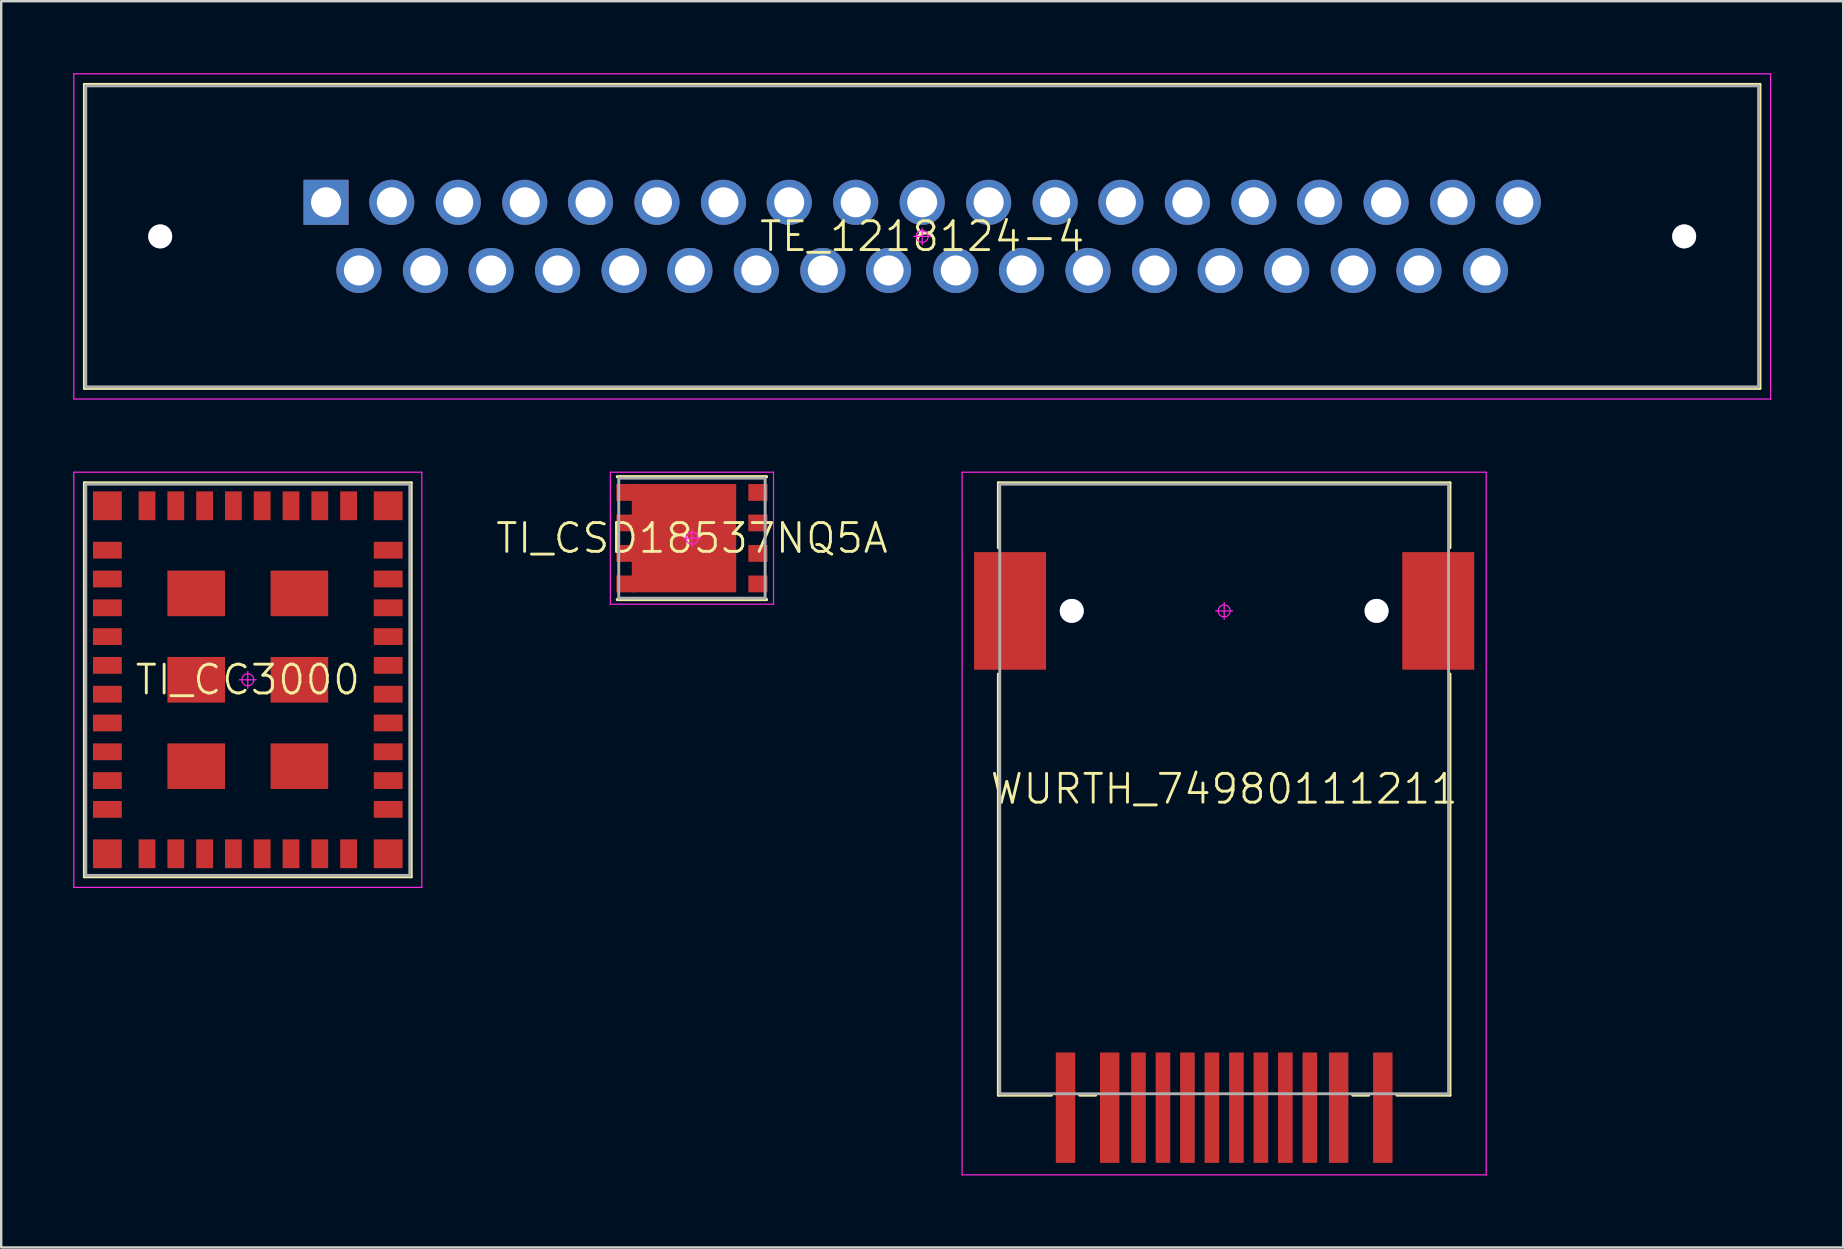
<source format=kicad_pcb>
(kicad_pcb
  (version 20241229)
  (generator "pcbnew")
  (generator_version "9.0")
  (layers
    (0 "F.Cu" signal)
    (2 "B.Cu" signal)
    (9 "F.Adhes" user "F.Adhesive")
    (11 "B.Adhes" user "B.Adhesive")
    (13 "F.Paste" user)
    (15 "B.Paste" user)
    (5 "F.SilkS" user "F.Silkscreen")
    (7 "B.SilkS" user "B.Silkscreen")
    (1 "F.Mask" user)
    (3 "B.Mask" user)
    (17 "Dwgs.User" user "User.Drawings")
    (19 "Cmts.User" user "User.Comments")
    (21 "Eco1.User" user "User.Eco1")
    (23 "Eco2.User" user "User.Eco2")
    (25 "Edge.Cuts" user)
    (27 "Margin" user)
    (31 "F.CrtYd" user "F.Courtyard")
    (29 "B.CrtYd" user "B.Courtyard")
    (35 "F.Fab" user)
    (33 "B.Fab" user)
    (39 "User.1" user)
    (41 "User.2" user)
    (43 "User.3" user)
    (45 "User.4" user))
  (footprint "WURTH_74980111211"
    (layer "F.Cu")
    (at 47.958 22.405)
    (property "Reference" "WURTH_74980111211" (at 0 7.42 0) (layer "F.SilkS") (effects (font (size 1.2 1.2) (thickness 0.12))))
    (attr through_hole)
    (fp_line (start -9.41 -5.34) (end 9.41 -5.34) (stroke (width 0.12) (type solid)) (layer "F.SilkS"))
    (fp_line (start -9.41 -2.63) (end -9.41 -5.34) (stroke (width 0.12) (type solid)) (layer "F.SilkS"))
    (fp_line (start -9.41 20.18) (end -9.41 2.63) (stroke (width 0.12) (type solid)) (layer "F.SilkS"))
    (fp_line (start -7.195 20.18) (end -9.41 20.18) (stroke (width 0.12) (type solid)) (layer "F.SilkS"))
    (fp_line (start -6.025 20.18) (end -5.355 20.18) (stroke (width 0.12) (type solid)) (layer "F.SilkS"))
    (fp_line (start 5.355 20.18) (end 6.025 20.18) (stroke (width 0.12) (type solid)) (layer "F.SilkS"))
    (fp_line (start 9.41 -5.34) (end 9.41 -2.63) (stroke (width 0.12) (type solid)) (layer "F.SilkS"))
    (fp_line (start 9.41 2.63) (end 9.41 20.18) (stroke (width 0.12) (type solid)) (layer "F.SilkS"))
    (fp_line (start 9.41 20.18) (end 7.195 20.18) (stroke (width 0.12) (type solid)) (layer "F.SilkS"))
    (fp_line (start -10.92 -5.78) (end 10.92 -5.78) (stroke (width 0.05) (type solid)) (layer "F.CrtYd"))
    (fp_line (start -10.92 23.5) (end -10.92 -5.78) (stroke (width 0.05) (type solid)) (layer "F.CrtYd"))
    (fp_line (start 0 -0.35) (end 0 0.35) (stroke (width 0.05) (type solid)) (layer "F.CrtYd"))
    (fp_line (start 0.35 0) (end -0.35 0) (stroke (width 0.05) (type solid)) (layer "F.CrtYd"))
    (fp_line (start 10.92 -5.78) (end 10.92 23.5) (stroke (width 0.05) (type solid)) (layer "F.CrtYd"))
    (fp_line (start 10.92 23.5) (end -10.92 23.5) (stroke (width 0.05) (type solid)) (layer "F.CrtYd"))
    (fp_circle (center 0 0) (end 0 0.25) (stroke (width 0.05) (type solid)) (fill no) (layer "F.CrtYd"))
    (fp_line (start -9.35 -5.28) (end 9.35 -5.28) (stroke (width 0.12) (type solid)) (layer "F.Fab"))
    (fp_line (start -9.35 20.12) (end -9.35 -5.28) (stroke (width 0.12) (type solid)) (layer "F.Fab"))
    (fp_line (start 9.35 -5.28) (end 9.35 20.12) (stroke (width 0.12) (type solid)) (layer "F.Fab"))
    (fp_line (start 9.35 20.12) (end -9.35 20.12) (stroke (width 0.12) (type solid)) (layer "F.Fab"))
    (pad "1" smd rect (at -6.61 20.7) (size 0.81 4.6) (layers "F.Cu" "F.Mask" "F.Paste"))
    (pad "2" smd rect (at -4.77 20.7) (size 0.81 4.6) (layers "F.Cu" "F.Mask" "F.Paste"))
    (pad "3" smd rect (at -3.57 20.7) (size 0.61 4.6) (layers "F.Cu" "F.Mask" "F.Paste"))
    (pad "4" smd rect (at -2.55 20.7) (size 0.61 4.6) (layers "F.Cu" "F.Mask" "F.Paste"))
    (pad "5" smd rect (at -1.53 20.7) (size 0.61 4.6) (layers "F.Cu" "F.Mask" "F.Paste"))
    (pad "6" smd rect (at -0.51 20.7) (size 0.61 4.6) (layers "F.Cu" "F.Mask" "F.Paste"))
    (pad "7" smd rect (at 0.51 20.7) (size 0.61 4.6) (layers "F.Cu" "F.Mask" "F.Paste"))
    (pad "8" smd rect (at 1.53 20.7) (size 0.61 4.6) (layers "F.Cu" "F.Mask" "F.Paste"))
    (pad "9" smd rect (at 2.55 20.7) (size 0.61 4.6) (layers "F.Cu" "F.Mask" "F.Paste"))
    (pad "10" smd rect (at 3.57 20.7) (size 0.61 4.6) (layers "F.Cu" "F.Mask" "F.Paste"))
    (pad "11" smd rect (at 4.77 20.7) (size 0.81 4.6) (layers "F.Cu" "F.Mask" "F.Paste"))
    (pad "12" smd rect (at 6.61 20.7) (size 0.81 4.6) (layers "F.Cu" "F.Mask" "F.Paste"))
    (pad "M1" smd rect (at -8.92 0) (size 3 4.9) (layers "F.Cu" "F.Mask" "F.Paste"))
    (pad "M2" smd rect (at 8.92 0) (size 3 4.9) (layers "F.Cu" "F.Mask" "F.Paste"))
    (pad "M3" thru_hole circle (at -6.35 0) (size 1 1) (drill 2.8) (layers "*.Cu" "*.Mask"))
    (pad "M4" thru_hole circle (at 6.35 0) (size 1 1) (drill 2.8) (layers "*.Cu" "*.Mask")))
  (footprint "TI_CSD18537NQ5A"
    (layer "F.Cu")
    (at 25.781 19.375)
    (property "Reference" "TI_CSD18537NQ5A" (at 0 0 0) (layer "F.SilkS") (effects (font (size 1.2 1.2) (thickness 0.12))))
    (attr smd)
    (fp_line (start -3.11 -2.56) (end 3.11 -2.56) (stroke (width 0.12) (type solid)) (layer "F.SilkS"))
    (fp_line (start -3.11 -2.56) (end 3.11 -2.56) (stroke (width 0.12) (type solid)) (layer "F.SilkS"))
    (fp_line (start 3.11 2.56) (end -3.11 2.56) (stroke (width 0.12) (type solid)) (layer "F.SilkS"))
    (fp_line (start 3.11 2.56) (end -3.11 2.56) (stroke (width 0.12) (type solid)) (layer "F.SilkS"))
    (fp_line (start -3.4 -2.75) (end 3.4 -2.75) (stroke (width 0.05) (type solid)) (layer "F.CrtYd"))
    (fp_line (start -3.4 2.75) (end -3.4 -2.75) (stroke (width 0.05) (type solid)) (layer "F.CrtYd"))
    (fp_line (start 0 -0.35) (end 0 0.35) (stroke (width 0.05) (type solid)) (layer "F.CrtYd"))
    (fp_line (start 0.35 0) (end -0.35 0) (stroke (width 0.05) (type solid)) (layer "F.CrtYd"))
    (fp_line (start 3.4 -2.75) (end 3.4 2.75) (stroke (width 0.05) (type solid)) (layer "F.CrtYd"))
    (fp_line (start 3.4 2.75) (end -3.4 2.75) (stroke (width 0.05) (type solid)) (layer "F.CrtYd"))
    (fp_circle (center 0 0) (end 0 0.25) (stroke (width 0.05) (type solid)) (fill no) (layer "F.CrtYd"))
    (fp_line (start -3.05 -2.5) (end 3.05 -2.5) (stroke (width 0.12) (type solid)) (layer "F.Fab"))
    (fp_line (start -3.05 2.5) (end -3.05 -2.5) (stroke (width 0.12) (type solid)) (layer "F.Fab"))
    (fp_line (start 3.05 -2.5) (end 3.05 2.5) (stroke (width 0.12) (type solid)) (layer "F.Fab"))
    (fp_line (start 3.05 2.5) (end -3.05 2.5) (stroke (width 0.12) (type solid)) (layer "F.Fab"))
    (pad "1" smd rect (at 2.75 1.905) (size 0.8 0.7) (layers "F.Cu" "F.Mask" "F.Paste"))
    (pad "2" smd rect (at 2.75 0.635) (size 0.8 0.7) (layers "F.Cu" "F.Mask" "F.Paste"))
    (pad "3" smd rect (at 2.75 -0.635) (size 0.8 0.7) (layers "F.Cu" "F.Mask" "F.Paste"))
    (pad "4" smd rect (at 2.75 -1.905) (size 0.8 0.7) (layers "F.Cu" "F.Mask" "F.Paste"))
    (pad "5" smd rect (at -2.75 -1.905) (size 0.8 0.7) (layers "F.Cu" "F.Mask" "F.Paste"))
    (pad "6" smd rect (at -2.75 -0.635) (size 0.8 0.7) (layers "F.Cu" "F.Mask" "F.Paste"))
    (pad "7" smd rect (at -2.75 0.635) (size 0.8 0.7) (layers "F.Cu" "F.Mask" "F.Paste"))
    (pad "8" smd rect (at -2.75 1.905) (size 0.8 0.7) (layers "F.Cu" "F.Mask" "F.Paste"))
    (pad "9" smd rect (at -0.33 0) (size 4.35 4.51) (layers "F.Cu" "F.Mask")))
  (footprint "TI_CC3000"
    (layer "F.Cu")
    (at 7.275 25.275)
    (property "Reference" "TI_CC3000" (at 0 0 0) (layer "F.SilkS") (effects (font (size 1.2 1.2) (thickness 0.12))))
    (attr smd)
    (fp_line (start -6.81 -8.21) (end 6.81 -8.21) (stroke (width 0.12) (type solid)) (layer "F.SilkS"))
    (fp_line (start -6.81 8.21) (end -6.81 -8.21) (stroke (width 0.12) (type solid)) (layer "F.SilkS"))
    (fp_line (start 6.81 -8.21) (end 6.81 8.21) (stroke (width 0.12) (type solid)) (layer "F.SilkS"))
    (fp_line (start 6.81 8.21) (end -6.81 8.21) (stroke (width 0.12) (type solid)) (layer "F.SilkS"))
    (fp_line (start -7.25 -8.65) (end 7.25 -8.65) (stroke (width 0.05) (type solid)) (layer "F.CrtYd"))
    (fp_line (start -7.25 8.65) (end -7.25 -8.65) (stroke (width 0.05) (type solid)) (layer "F.CrtYd"))
    (fp_line (start 0 -0.35) (end 0 0.35) (stroke (width 0.05) (type solid)) (layer "F.CrtYd"))
    (fp_line (start 0.35 0) (end -0.35 0) (stroke (width 0.05) (type solid)) (layer "F.CrtYd"))
    (fp_line (start 7.25 -8.65) (end 7.25 8.65) (stroke (width 0.05) (type solid)) (layer "F.CrtYd"))
    (fp_line (start 7.25 8.65) (end -7.25 8.65) (stroke (width 0.05) (type solid)) (layer "F.CrtYd"))
    (fp_circle (center 0 0) (end 0 0.25) (stroke (width 0.05) (type solid)) (fill no) (layer "F.CrtYd"))
    (fp_line (start -6.75 -8.15) (end 6.75 -8.15) (stroke (width 0.12) (type solid)) (layer "F.Fab"))
    (fp_line (start -6.75 8.15) (end -6.75 -8.15) (stroke (width 0.12) (type solid)) (layer "F.Fab"))
    (fp_line (start 6.75 -8.15) (end 6.75 8.15) (stroke (width 0.12) (type solid)) (layer "F.Fab"))
    (fp_line (start 6.75 8.15) (end -6.75 8.15) (stroke (width 0.12) (type solid)) (layer "F.Fab"))
    (pad "1" smd rect (at -5.85 -5.4) (size 1.2 0.7) (layers "F.Cu" "F.Mask" "F.Paste"))
    (pad "2" smd rect (at -5.85 -4.2) (size 1.2 0.7) (layers "F.Cu" "F.Mask" "F.Paste"))
    (pad "3" smd rect (at -5.85 -3) (size 1.2 0.7) (layers "F.Cu" "F.Mask" "F.Paste"))
    (pad "4" smd rect (at -5.85 -1.8) (size 1.2 0.7) (layers "F.Cu" "F.Mask" "F.Paste"))
    (pad "5" smd rect (at -5.85 -0.6) (size 1.2 0.7) (layers "F.Cu" "F.Mask" "F.Paste"))
    (pad "6" smd rect (at -5.85 0.6) (size 1.2 0.7) (layers "F.Cu" "F.Mask" "F.Paste"))
    (pad "7" smd rect (at -5.85 1.8) (size 1.2 0.7) (layers "F.Cu" "F.Mask" "F.Paste"))
    (pad "8" smd rect (at -5.85 3) (size 1.2 0.7) (layers "F.Cu" "F.Mask" "F.Paste"))
    (pad "9" smd rect (at -5.85 4.2) (size 1.2 0.7) (layers "F.Cu" "F.Mask" "F.Paste"))
    (pad "10" smd rect (at -5.85 5.4) (size 1.2 0.7) (layers "F.Cu" "F.Mask" "F.Paste"))
    (pad "11" smd rect (at -4.2 7.25 90) (size 1.2 0.7) (layers "F.Cu" "F.Mask" "F.Paste"))
    (pad "12" smd rect (at -3 7.25 90) (size 1.2 0.7) (layers "F.Cu" "F.Mask" "F.Paste"))
    (pad "13" smd rect (at -1.8 7.25 90) (size 1.2 0.7) (layers "F.Cu" "F.Mask" "F.Paste"))
    (pad "14" smd rect (at -0.6 7.25 90) (size 1.2 0.7) (layers "F.Cu" "F.Mask" "F.Paste"))
    (pad "15" smd rect (at 0.6 7.25 90) (size 1.2 0.7) (layers "F.Cu" "F.Mask" "F.Paste"))
    (pad "16" smd rect (at 1.8 7.25 90) (size 1.2 0.7) (layers "F.Cu" "F.Mask" "F.Paste"))
    (pad "17" smd rect (at 3 7.25 90) (size 1.2 0.7) (layers "F.Cu" "F.Mask" "F.Paste"))
    (pad "18" smd rect (at 4.2 7.25 90) (size 1.2 0.7) (layers "F.Cu" "F.Mask" "F.Paste"))
    (pad "19" smd rect (at 5.85 5.4) (size 1.2 0.7) (layers "F.Cu" "F.Mask" "F.Paste"))
    (pad "20" smd rect (at 5.85 4.2) (size 1.2 0.7) (layers "F.Cu" "F.Mask" "F.Paste"))
    (pad "21" smd rect (at 5.85 3) (size 1.2 0.7) (layers "F.Cu" "F.Mask" "F.Paste"))
    (pad "22" smd rect (at 5.85 1.8) (size 1.2 0.7) (layers "F.Cu" "F.Mask" "F.Paste"))
    (pad "23" smd rect (at 5.85 0.6) (size 1.2 0.7) (layers "F.Cu" "F.Mask" "F.Paste"))
    (pad "24" smd rect (at 5.85 -0.6) (size 1.2 0.7) (layers "F.Cu" "F.Mask" "F.Paste"))
    (pad "25" smd rect (at 5.85 -1.8) (size 1.2 0.7) (layers "F.Cu" "F.Mask" "F.Paste"))
    (pad "26" smd rect (at 5.85 -3) (size 1.2 0.7) (layers "F.Cu" "F.Mask" "F.Paste"))
    (pad "27" smd rect (at 5.85 -4.2) (size 1.2 0.7) (layers "F.Cu" "F.Mask" "F.Paste"))
    (pad "28" smd rect (at 5.85 -5.4) (size 1.2 0.7) (layers "F.Cu" "F.Mask" "F.Paste"))
    (pad "29" smd rect (at 4.2 -7.25 90) (size 1.2 0.7) (layers "F.Cu" "F.Mask" "F.Paste"))
    (pad "30" smd rect (at 3 -7.25 90) (size 1.2 0.7) (layers "F.Cu" "F.Mask" "F.Paste"))
    (pad "31" smd rect (at 1.8 -7.25 90) (size 1.2 0.7) (layers "F.Cu" "F.Mask" "F.Paste"))
    (pad "32" smd rect (at 0.6 -7.25 90) (size 1.2 0.7) (layers "F.Cu" "F.Mask" "F.Paste"))
    (pad "33" smd rect (at -0.6 -7.25 90) (size 1.2 0.7) (layers "F.Cu" "F.Mask" "F.Paste"))
    (pad "34" smd rect (at -1.8 -7.25 90) (size 1.2 0.7) (layers "F.Cu" "F.Mask" "F.Paste"))
    (pad "35" smd rect (at -3 -7.25 90) (size 1.2 0.7) (layers "F.Cu" "F.Mask" "F.Paste"))
    (pad "36" smd rect (at -4.2 -7.25 90) (size 1.2 0.7) (layers "F.Cu" "F.Mask" "F.Paste"))
    (pad "37" smd rect (at -2.15 -3.6) (size 2.4 1.9) (layers "F.Cu" "F.Mask"))
    (pad "38" smd rect (at -2.15 0) (size 2.4 1.9) (layers "F.Cu" "F.Mask"))
    (pad "39" smd rect (at -2.15 3.6) (size 2.4 1.9) (layers "F.Cu" "F.Mask"))
    (pad "40" smd rect (at 2.15 -3.6) (size 2.4 1.9) (layers "F.Cu" "F.Mask"))
    (pad "41" smd rect (at 2.15 0) (size 2.4 1.9) (layers "F.Cu" "F.Mask"))
    (pad "42" smd rect (at 2.15 3.6) (size 2.4 1.9) (layers "F.Cu" "F.Mask"))
    (pad "43" smd rect (at -5.85 -7.25) (size 1.2 1.2) (layers "F.Cu" "F.Mask" "F.Paste"))
    (pad "44" smd rect (at -5.85 7.25) (size 1.2 1.2) (layers "F.Cu" "F.Mask" "F.Paste"))
    (pad "45" smd rect (at 5.85 7.25) (size 1.2 1.2) (layers "F.Cu" "F.Mask" "F.Paste"))
    (pad "46" smd rect (at 5.85 -7.25) (size 1.2 1.2) (layers "F.Cu" "F.Mask" "F.Paste")))
  (footprint "TE_1218124-4"
    (layer "F.Cu")
    (at 35.375 6.8)
    (property "Reference" "TE_1218124-4" (at 0 0 0) (layer "F.SilkS") (effects (font (size 1.2 1.2) (thickness 0.12))))
    (attr through_hole)
    (fp_line (start -34.909 -6.334) (end 34.909 -6.334) (stroke (width 0.12) (type solid)) (layer "F.SilkS"))
    (fp_line (start -34.909 6.334) (end -34.909 -6.334) (stroke (width 0.12) (type solid)) (layer "F.SilkS"))
    (fp_line (start 34.909 -6.334) (end 34.909 6.334) (stroke (width 0.12) (type solid)) (layer "F.SilkS"))
    (fp_line (start 34.909 6.334) (end -34.909 6.334) (stroke (width 0.12) (type solid)) (layer "F.SilkS"))
    (fp_line (start -35.35 -6.775) (end 35.35 -6.775) (stroke (width 0.05) (type solid)) (layer "F.CrtYd"))
    (fp_line (start -35.35 6.775) (end -35.35 -6.775) (stroke (width 0.05) (type solid)) (layer "F.CrtYd"))
    (fp_line (start 0 -0.35) (end 0 0.35) (stroke (width 0.05) (type solid)) (layer "F.CrtYd"))
    (fp_line (start 0.35 0) (end -0.35 0) (stroke (width 0.05) (type solid)) (layer "F.CrtYd"))
    (fp_line (start 35.35 -6.775) (end 35.35 6.775) (stroke (width 0.05) (type solid)) (layer "F.CrtYd"))
    (fp_line (start 35.35 6.775) (end -35.35 6.775) (stroke (width 0.05) (type solid)) (layer "F.CrtYd"))
    (fp_circle (center 0 0) (end 0 0.25) (stroke (width 0.05) (type solid)) (fill no) (layer "F.CrtYd"))
    (fp_line (start -34.85 -6.27) (end 34.85 -6.27) (stroke (width 0.12) (type solid)) (layer "F.Fab"))
    (fp_line (start -34.85 6.27) (end -34.85 -6.27) (stroke (width 0.12) (type solid)) (layer "F.Fab"))
    (fp_line (start 34.85 -6.27) (end 34.85 6.27) (stroke (width 0.12) (type solid)) (layer "F.Fab"))
    (fp_line (start 34.85 6.27) (end -34.85 6.27) (stroke (width 0.12) (type solid)) (layer "F.Fab"))
    (pad "1" thru_hole rect (at -24.84 -1.42) (size 1.88 1.88) (drill 1.25) (layers "*.Cu" "*.Mask"))
    (pad "2" thru_hole circle (at -22.1 -1.42) (size 1.88 1.88) (drill 1.25) (layers "*.Cu" "*.Mask"))
    (pad "3" thru_hole circle (at -19.33 -1.42) (size 1.88 1.88) (drill 1.25) (layers "*.Cu" "*.Mask"))
    (pad "4" thru_hole circle (at -16.56 -1.42) (size 1.88 1.88) (drill 1.25) (layers "*.Cu" "*.Mask"))
    (pad "5" thru_hole circle (at -13.82 -1.42) (size 1.88 1.88) (drill 1.25) (layers "*.Cu" "*.Mask"))
    (pad "6" thru_hole circle (at -11.05 -1.42) (size 1.88 1.88) (drill 1.25) (layers "*.Cu" "*.Mask"))
    (pad "7" thru_hole circle (at -8.28 -1.42) (size 1.88 1.88) (drill 1.25) (layers "*.Cu" "*.Mask"))
    (pad "8" thru_hole circle (at -5.54 -1.42) (size 1.88 1.88) (drill 1.25) (layers "*.Cu" "*.Mask"))
    (pad "9" thru_hole circle (at -2.77 -1.42) (size 1.88 1.88) (drill 1.25) (layers "*.Cu" "*.Mask"))
    (pad "10" thru_hole circle (at 0 -1.42) (size 1.88 1.88) (drill 1.25) (layers "*.Cu" "*.Mask"))
    (pad "11" thru_hole circle (at 2.77 -1.42) (size 1.88 1.88) (drill 1.25) (layers "*.Cu" "*.Mask"))
    (pad "12" thru_hole circle (at 5.54 -1.42) (size 1.88 1.88) (drill 1.25) (layers "*.Cu" "*.Mask"))
    (pad "13" thru_hole circle (at 8.28 -1.42) (size 1.88 1.88) (drill 1.25) (layers "*.Cu" "*.Mask"))
    (pad "14" thru_hole circle (at 11.05 -1.42) (size 1.88 1.88) (drill 1.25) (layers "*.Cu" "*.Mask"))
    (pad "15" thru_hole circle (at 13.82 -1.42) (size 1.88 1.88) (drill 1.25) (layers "*.Cu" "*.Mask"))
    (pad "16" thru_hole circle (at 16.56 -1.42) (size 1.88 1.88) (drill 1.25) (layers "*.Cu" "*.Mask"))
    (pad "17" thru_hole circle (at 19.33 -1.42) (size 1.88 1.88) (drill 1.25) (layers "*.Cu" "*.Mask"))
    (pad "18" thru_hole circle (at 22.1 -1.42) (size 1.88 1.88) (drill 1.25) (layers "*.Cu" "*.Mask"))
    (pad "19" thru_hole circle (at 24.84 -1.42) (size 1.88 1.88) (drill 1.25) (layers "*.Cu" "*.Mask"))
    (pad "20" thru_hole circle (at -23.47 1.42) (size 1.88 1.88) (drill 1.25) (layers "*.Cu" "*.Mask"))
    (pad "21" thru_hole circle (at -20.7 1.42) (size 1.88 1.88) (drill 1.25) (layers "*.Cu" "*.Mask"))
    (pad "22" thru_hole circle (at -17.96 1.42) (size 1.88 1.88) (drill 1.25) (layers "*.Cu" "*.Mask"))
    (pad "23" thru_hole circle (at -15.19 1.42) (size 1.88 1.88) (drill 1.25) (layers "*.Cu" "*.Mask"))
    (pad "24" thru_hole circle (at -12.42 1.42) (size 1.88 1.88) (drill 1.25) (layers "*.Cu" "*.Mask"))
    (pad "25" thru_hole circle (at -9.68 1.42) (size 1.88 1.88) (drill 1.25) (layers "*.Cu" "*.Mask"))
    (pad "26" thru_hole circle (at -6.91 1.42) (size 1.88 1.88) (drill 1.25) (layers "*.Cu" "*.Mask"))
    (pad "27" thru_hole circle (at -4.14 1.42) (size 1.88 1.88) (drill 1.25) (layers "*.Cu" "*.Mask"))
    (pad "28" thru_hole circle (at -1.4 1.42) (size 1.88 1.88) (drill 1.25) (layers "*.Cu" "*.Mask"))
    (pad "29" thru_hole circle (at 1.4 1.42) (size 1.88 1.88) (drill 1.25) (layers "*.Cu" "*.Mask"))
    (pad "30" thru_hole circle (at 4.14 1.42) (size 1.88 1.88) (drill 1.25) (layers "*.Cu" "*.Mask"))
    (pad "31" thru_hole circle (at 6.91 1.42) (size 1.88 1.88) (drill 1.25) (layers "*.Cu" "*.Mask"))
    (pad "32" thru_hole circle (at 9.68 1.42) (size 1.88 1.88) (drill 1.25) (layers "*.Cu" "*.Mask"))
    (pad "33" thru_hole circle (at 12.42 1.42) (size 1.88 1.88) (drill 1.25) (layers "*.Cu" "*.Mask"))
    (pad "34" thru_hole circle (at 15.19 1.42) (size 1.88 1.88) (drill 1.25) (layers "*.Cu" "*.Mask"))
    (pad "35" thru_hole circle (at 17.96 1.42) (size 1.88 1.88) (drill 1.25) (layers "*.Cu" "*.Mask"))
    (pad "36" thru_hole circle (at 20.7 1.42) (size 1.88 1.88) (drill 1.25) (layers "*.Cu" "*.Mask"))
    (pad "37" thru_hole circle (at 23.47 1.42) (size 1.88 1.88) (drill 1.25) (layers "*.Cu" "*.Mask"))
    (pad "38" thru_hole circle (at -31.75 0) (size 1 1) (drill 3.25) (layers "*.Cu" "*.Mask"))
    (pad "39" thru_hole circle (at 31.75 0) (size 1 1) (drill 3.25) (layers "*.Cu" "*.Mask")))
  (gr_rect
    (start -3 -3)
    (end 73.75 48.93)
    (stroke (width 0.1) (type default))
    (fill no)
    (layer "Edge.Cuts")))
</source>
